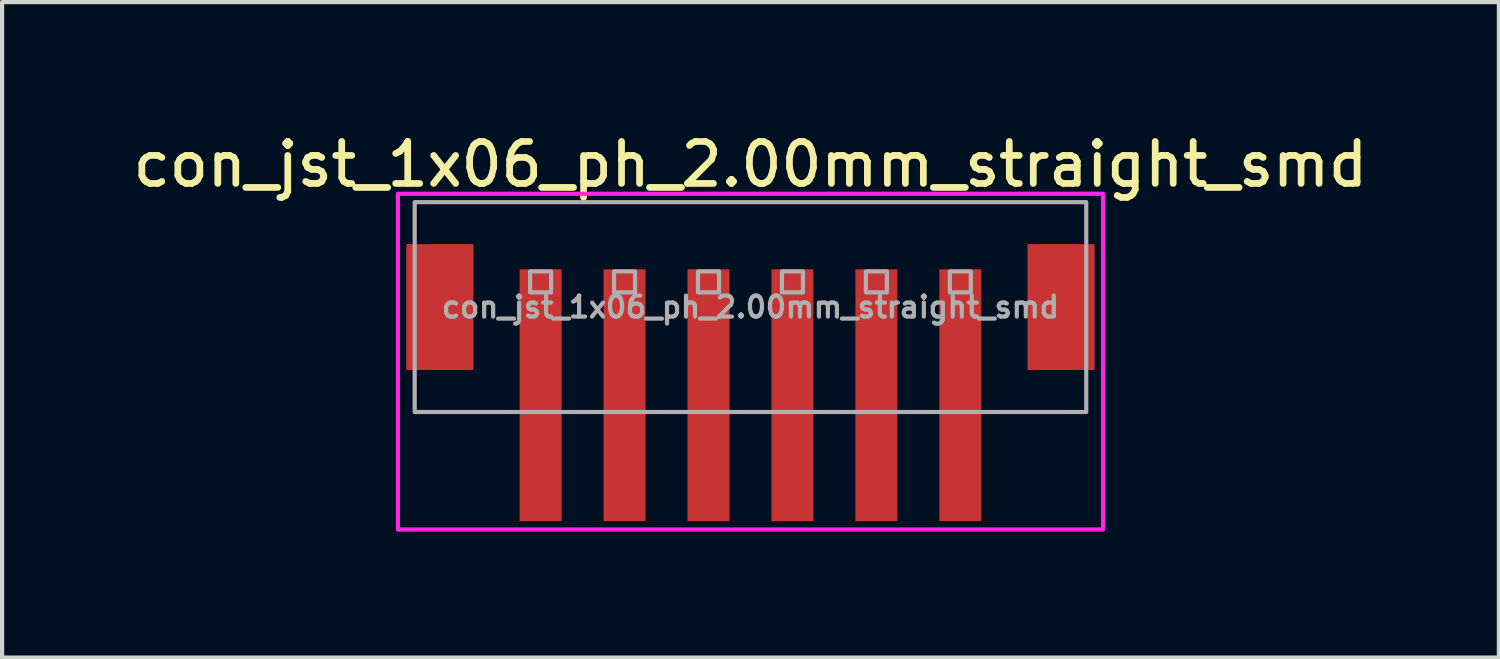
<source format=kicad_pcb>
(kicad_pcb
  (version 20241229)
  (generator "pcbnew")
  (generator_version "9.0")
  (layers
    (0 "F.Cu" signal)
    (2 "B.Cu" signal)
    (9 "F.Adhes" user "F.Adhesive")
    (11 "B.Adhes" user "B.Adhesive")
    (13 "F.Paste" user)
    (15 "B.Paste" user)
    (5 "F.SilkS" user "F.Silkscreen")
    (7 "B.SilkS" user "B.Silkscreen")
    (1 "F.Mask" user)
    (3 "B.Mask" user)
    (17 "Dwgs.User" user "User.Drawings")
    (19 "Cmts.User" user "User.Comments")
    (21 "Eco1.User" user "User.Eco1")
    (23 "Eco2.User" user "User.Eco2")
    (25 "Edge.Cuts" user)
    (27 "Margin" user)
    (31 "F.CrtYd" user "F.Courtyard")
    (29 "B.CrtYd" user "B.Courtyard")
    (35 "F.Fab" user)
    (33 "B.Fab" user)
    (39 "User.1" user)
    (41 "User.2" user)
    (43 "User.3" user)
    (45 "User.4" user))
  (footprint "con_jst_1x06_ph_2.00mm_straight_smd"
    (layer "F.Cu")
    (at 14.83 4.266)
    (property "Reference" "con_jst_1x06_ph_2.00mm_straight_smd" (at 0 -3.4 0) (layer "F.SilkS") (effects (font (size 1 1) (thickness 0.16))))
    (attr smd)
    (fp_rect (start -8.4 -2.7) (end 8.4 5.3) (stroke (width 0.1) (type solid)) (fill no) (layer "F.CrtYd"))
    (fp_rect (start -8 -2.5) (end 8 2.5) (stroke (width 0.1) (type solid)) (fill no) (layer "F.Fab"))
    (fp_rect (start -5.25 -0.85) (end -4.75 -0.35) (stroke (width 0.1) (type default)) (fill no) (layer "F.Fab"))
    (fp_rect (start -3.25 -0.85) (end -2.75 -0.35) (stroke (width 0.1) (type default)) (fill no) (layer "F.Fab"))
    (fp_rect (start -1.25 -0.85) (end -0.75 -0.35) (stroke (width 0.1) (type default)) (fill no) (layer "F.Fab"))
    (fp_rect (start 0.75 -0.85) (end 1.25 -0.35) (stroke (width 0.1) (type default)) (fill no) (layer "F.Fab"))
    (fp_rect (start 2.75 -0.85) (end 3.25 -0.35) (stroke (width 0.1) (type default)) (fill no) (layer "F.Fab"))
    (fp_rect (start 4.75 -0.85) (end 5.25 -0.35) (stroke (width 0.1) (type default)) (fill no) (layer "F.Fab"))
    (fp_text user "${REFERENCE}" (at 0 0 0) (layer "F.Fab") (effects (font (size 0.5 0.5) (thickness 0.1) (bold yes))))
    (pad "1" smd rect (at -5 2.1) (size 1 6) (layers "F.Cu" "F.Mask" "F.Paste"))
    (pad "2" smd rect (at -3 2.1) (size 1 6) (layers "F.Cu" "F.Mask" "F.Paste"))
    (pad "3" smd rect (at -1 2.1) (size 1 6) (layers "F.Cu" "F.Mask" "F.Paste"))
    (pad "4" smd rect (at 1 2.1) (size 1 6) (layers "F.Cu" "F.Mask" "F.Paste"))
    (pad "5" smd rect (at 3 2.1) (size 1 6) (layers "F.Cu" "F.Mask" "F.Paste"))
    (pad "6" smd rect (at 5 2.1) (size 1 6) (layers "F.Cu" "F.Mask" "F.Paste"))
    (pad "7" smd rect (at -7.4 0) (size 1.6 3) (layers "F.Cu" "F.Mask" "F.Paste"))
    (pad "8" smd rect (at 7.4 0) (size 1.6 3) (layers "F.Cu" "F.Mask" "F.Paste")))
  (gr_rect
    (start -3 -3)
    (end 32.661 12.616)
    (stroke (width 0.1) (type default))
    (fill no)
    (layer "Edge.Cuts")))
</source>
